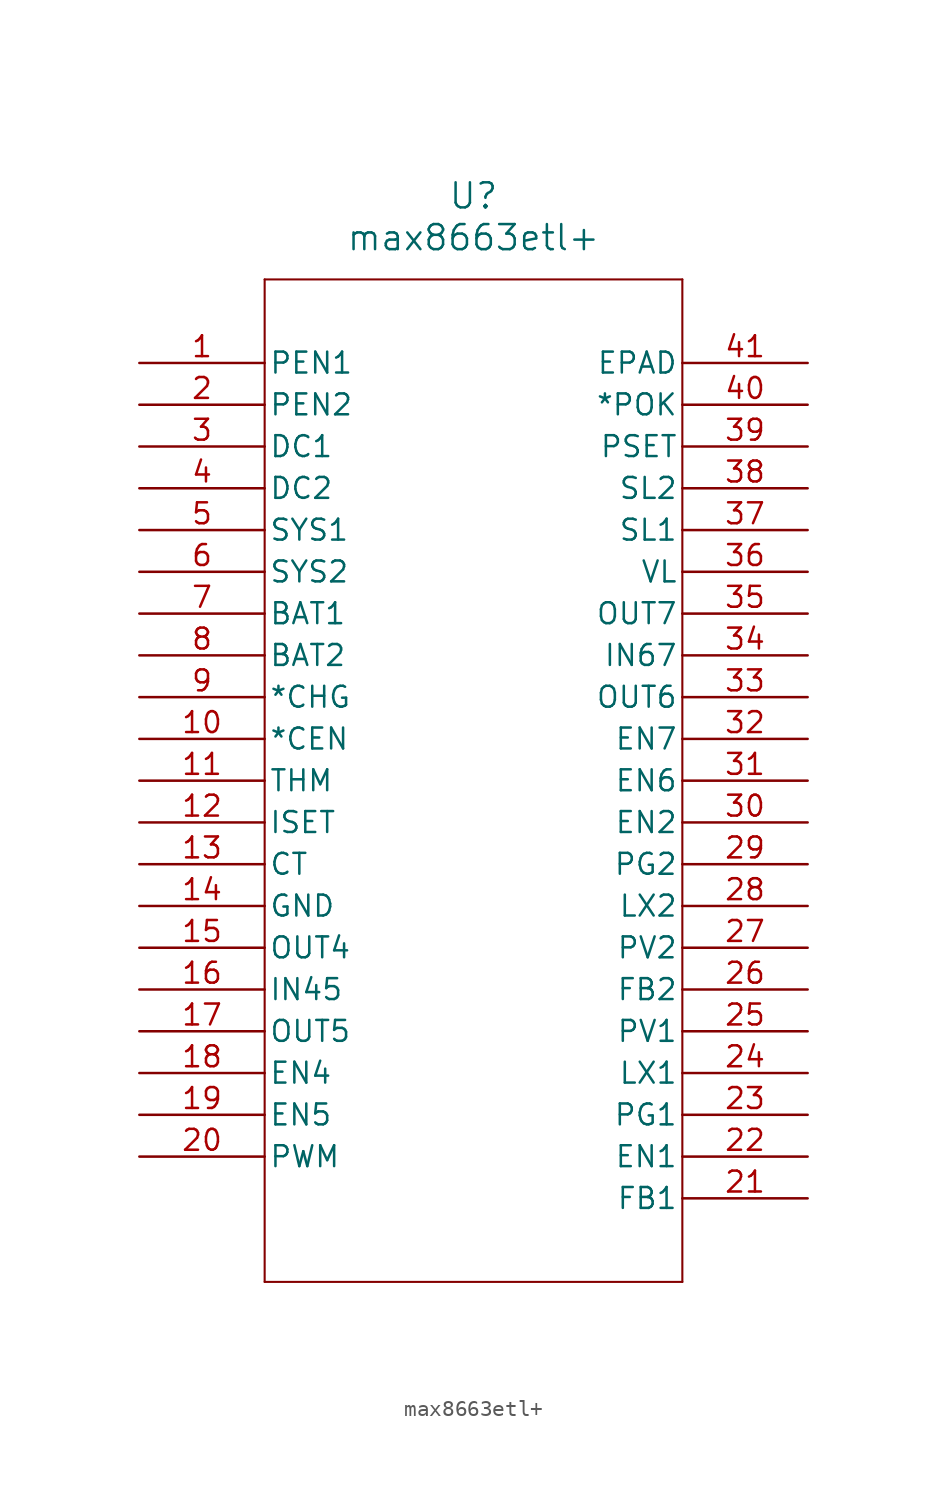
<source format=kicad_sym>
(kicad_symbol_lib
  (version 20211014)
  (generator kicad_symbol_editor)
  (symbol "max8663etl+"
    (pin_names
      (offset 0.254))
    (property "Reference" "U"
      (at 20.32 10.16 0)
      (effects (font (size 1.524 1.524))))
    (property "Value" "max8663etl+"
      (at 20.32 7.62 0)
      (effects (font (size 1.524 1.524))))
    (symbol "max8663etl+_0_1"
      (polyline (pts (xy 7.62 5.08) (xy 7.62 -55.88)) (stroke (width 0.127) (type default) (color 0 0 0 0)) (fill (type none)))
      (polyline (pts (xy 7.62 -55.88) (xy 33.02 -55.88)) (stroke (width 0.127) (type default) (color 0 0 0 0)) (fill (type none)))
      (polyline (pts (xy 33.02 -55.88) (xy 33.02 5.08)) (stroke (width 0.127) (type default) (color 0 0 0 0)) (fill (type none)))
      (polyline (pts (xy 33.02 5.08) (xy 7.62 5.08)) (stroke (width 0.127) (type default) (color 0 0 0 0)) (fill (type none)))
      (pin input line (at 0 0 0) (length 7.62) (name "PEN1" (effects (font (size 1.27 1.27)))) (number "1" (effects (font (size 1.27 1.27)))))
      (pin input line (at 0 -2.54 0) (length 7.62) (name "PEN2" (effects (font (size 1.27 1.27)))) (number "2" (effects (font (size 1.27 1.27)))))
      (pin input line (at 0 -5.08 0) (length 7.62) (name "DC1" (effects (font (size 1.27 1.27)))) (number "3" (effects (font (size 1.27 1.27)))))
      (pin input line (at 0 -7.62 0) (length 7.62) (name "DC2" (effects (font (size 1.27 1.27)))) (number "4" (effects (font (size 1.27 1.27)))))
      (pin power_in line (at 0 -10.16 0) (length 7.62) (name "SYS1" (effects (font (size 1.27 1.27)))) (number "5" (effects (font (size 1.27 1.27)))))
      (pin power_in line (at 0 -12.7 0) (length 7.62) (name "SYS2" (effects (font (size 1.27 1.27)))) (number "6" (effects (font (size 1.27 1.27)))))
      (pin unspecified line (at 0 -15.24 0) (length 7.62) (name "BAT1" (effects (font (size 1.27 1.27)))) (number "7" (effects (font (size 1.27 1.27)))))
      (pin unspecified line (at 0 -17.78 0) (length 7.62) (name "BAT2" (effects (font (size 1.27 1.27)))) (number "8" (effects (font (size 1.27 1.27)))))
      (pin output line (at 0 -20.32 0) (length 7.62) (name "*CHG" (effects (font (size 1.27 1.27)))) (number "9" (effects (font (size 1.27 1.27)))))
      (pin input line (at 0 -22.86 0) (length 7.62) (name "*CEN" (effects (font (size 1.27 1.27)))) (number "10" (effects (font (size 1.27 1.27)))))
      (pin input line (at 0 -25.4 0) (length 7.62) (name "THM" (effects (font (size 1.27 1.27)))) (number "11" (effects (font (size 1.27 1.27)))))
      (pin input line (at 0 -27.94 0) (length 7.62) (name "ISET" (effects (font (size 1.27 1.27)))) (number "12" (effects (font (size 1.27 1.27)))))
      (pin unspecified line (at 0 -30.48 0) (length 7.62) (name "CT" (effects (font (size 1.27 1.27)))) (number "13" (effects (font (size 1.27 1.27)))))
      (pin power_in line (at 0 -33.02 0) (length 7.62) (name "GND" (effects (font (size 1.27 1.27)))) (number "14" (effects (font (size 1.27 1.27)))))
      (pin output line (at 0 -35.56 0) (length 7.62) (name "OUT4" (effects (font (size 1.27 1.27)))) (number "15" (effects (font (size 1.27 1.27)))))
      (pin input line (at 0 -38.1 0) (length 7.62) (name "IN45" (effects (font (size 1.27 1.27)))) (number "16" (effects (font (size 1.27 1.27)))))
      (pin output line (at 0 -40.64 0) (length 7.62) (name "OUT5" (effects (font (size 1.27 1.27)))) (number "17" (effects (font (size 1.27 1.27)))))
      (pin input line (at 0 -43.18 0) (length 7.62) (name "EN4" (effects (font (size 1.27 1.27)))) (number "18" (effects (font (size 1.27 1.27)))))
      (pin input line (at 0 -45.72 0) (length 7.62) (name "EN5" (effects (font (size 1.27 1.27)))) (number "19" (effects (font (size 1.27 1.27)))))
      (pin unspecified line (at 0 -48.26 0) (length 7.62) (name "PWM" (effects (font (size 1.27 1.27)))) (number "20" (effects (font (size 1.27 1.27)))))
      (pin input line (at 40.64 -50.8 180) (length 7.62) (name "FB1" (effects (font (size 1.27 1.27)))) (number "21" (effects (font (size 1.27 1.27)))))
      (pin input line (at 40.64 -48.26 180) (length 7.62) (name "EN1" (effects (font (size 1.27 1.27)))) (number "22" (effects (font (size 1.27 1.27)))))
      (pin power_out line (at 40.64 -45.72 180) (length 7.62) (name "PG1" (effects (font (size 1.27 1.27)))) (number "23" (effects (font (size 1.27 1.27)))))
      (pin unspecified line (at 40.64 -43.18 180) (length 7.62) (name "LX1" (effects (font (size 1.27 1.27)))) (number "24" (effects (font (size 1.27 1.27)))))
      (pin input line (at 40.64 -40.64 180) (length 7.62) (name "PV1" (effects (font (size 1.27 1.27)))) (number "25" (effects (font (size 1.27 1.27)))))
      (pin input line (at 40.64 -38.1 180) (length 7.62) (name "FB2" (effects (font (size 1.27 1.27)))) (number "26" (effects (font (size 1.27 1.27)))))
      (pin input line (at 40.64 -35.56 180) (length 7.62) (name "PV2" (effects (font (size 1.27 1.27)))) (number "27" (effects (font (size 1.27 1.27)))))
      (pin unspecified line (at 40.64 -33.02 180) (length 7.62) (name "LX2" (effects (font (size 1.27 1.27)))) (number "28" (effects (font (size 1.27 1.27)))))
      (pin power_in line (at 40.64 -30.48 180) (length 7.62) (name "PG2" (effects (font (size 1.27 1.27)))) (number "29" (effects (font (size 1.27 1.27)))))
      (pin input line (at 40.64 -27.94 180) (length 7.62) (name "EN2" (effects (font (size 1.27 1.27)))) (number "30" (effects (font (size 1.27 1.27)))))
      (pin input line (at 40.64 -25.4 180) (length 7.62) (name "EN6" (effects (font (size 1.27 1.27)))) (number "31" (effects (font (size 1.27 1.27)))))
      (pin input line (at 40.64 -22.86 180) (length 7.62) (name "EN7" (effects (font (size 1.27 1.27)))) (number "32" (effects (font (size 1.27 1.27)))))
      (pin output line (at 40.64 -20.32 180) (length 7.62) (name "OUT6" (effects (font (size 1.27 1.27)))) (number "33" (effects (font (size 1.27 1.27)))))
      (pin input line (at 40.64 -17.78 180) (length 7.62) (name "IN67" (effects (font (size 1.27 1.27)))) (number "34" (effects (font (size 1.27 1.27)))))
      (pin output line (at 40.64 -15.24 180) (length 7.62) (name "OUT7" (effects (font (size 1.27 1.27)))) (number "35" (effects (font (size 1.27 1.27)))))
      (pin unspecified line (at 40.64 -12.7 180) (length 7.62) (name "VL" (effects (font (size 1.27 1.27)))) (number "36" (effects (font (size 1.27 1.27)))))
      (pin input line (at 40.64 -10.16 180) (length 7.62) (name "SL1" (effects (font (size 1.27 1.27)))) (number "37" (effects (font (size 1.27 1.27)))))
      (pin input line (at 40.64 -7.62 180) (length 7.62) (name "SL2" (effects (font (size 1.27 1.27)))) (number "38" (effects (font (size 1.27 1.27)))))
      (pin input line (at 40.64 -5.08 180) (length 7.62) (name "PSET" (effects (font (size 1.27 1.27)))) (number "39" (effects (font (size 1.27 1.27)))))
      (pin output line (at 40.64 -2.54 180) (length 7.62) (name "*POK" (effects (font (size 1.27 1.27)))) (number "40" (effects (font (size 1.27 1.27)))))
      (pin power_in line (at 40.64 0 180) (length 7.62) (name "EPAD" (effects (font (size 1.27 1.27)))) (number "41" (effects (font (size 1.27 1.27))))))))
</source>
